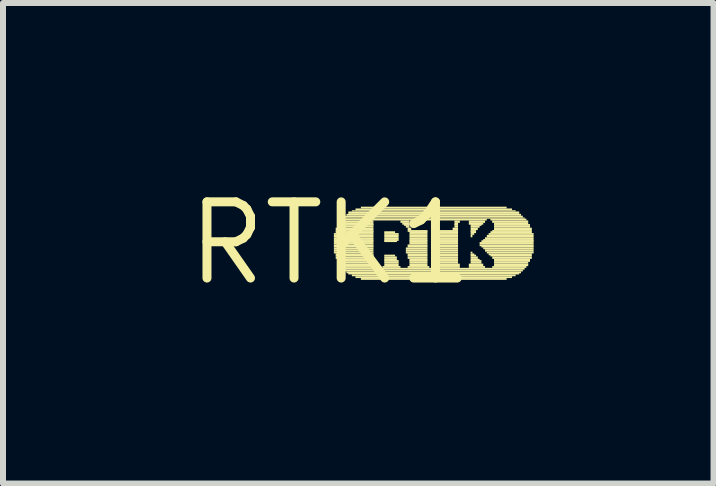
<source format=kicad_pcb>
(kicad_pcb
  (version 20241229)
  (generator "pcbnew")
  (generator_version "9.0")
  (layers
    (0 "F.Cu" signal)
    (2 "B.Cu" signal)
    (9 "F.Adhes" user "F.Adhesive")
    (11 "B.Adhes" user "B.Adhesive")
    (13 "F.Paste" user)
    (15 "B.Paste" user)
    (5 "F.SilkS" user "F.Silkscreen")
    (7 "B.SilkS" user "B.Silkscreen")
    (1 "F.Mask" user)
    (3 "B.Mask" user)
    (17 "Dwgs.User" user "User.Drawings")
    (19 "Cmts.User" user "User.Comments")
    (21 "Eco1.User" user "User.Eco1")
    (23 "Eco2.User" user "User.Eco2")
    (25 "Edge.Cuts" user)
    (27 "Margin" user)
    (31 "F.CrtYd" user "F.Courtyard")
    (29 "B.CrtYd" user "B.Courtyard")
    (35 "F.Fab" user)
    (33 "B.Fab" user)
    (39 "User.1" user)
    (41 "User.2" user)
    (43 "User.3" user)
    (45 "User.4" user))
  (footprint "RTK1"
    (layer "F.Cu")
    (at 2.457 1.006)
    (property "Reference" "RTK1" (at 0 0 0) (layer "F.SilkS") (effects (font (size 1.27 1.27) (thickness 0.15))))
    (attr through_hole)
    (fp_poly (pts (xy 0.06 -0.14) (xy 0.72 -0.14) (xy 0.72 -0.17) (xy 0.06 -0.17)) (stroke (width 0) (type solid)) (fill yes) (layer "F.SilkS"))
    (fp_poly (pts (xy 0.06 -0.1) (xy 0.72 -0.1) (xy 0.72 -0.14) (xy 0.06 -0.14)) (stroke (width 0) (type solid)) (fill yes) (layer "F.SilkS"))
    (fp_poly (pts (xy 0.06 -0.07) (xy 0.72 -0.07) (xy 0.72 -0.1) (xy 0.06 -0.1)) (stroke (width 0) (type solid)) (fill yes) (layer "F.SilkS"))
    (fp_poly (pts (xy 0.06 -0.04) (xy 0.72 -0.04) (xy 0.72 -0.07) (xy 0.06 -0.07)) (stroke (width 0) (type solid)) (fill yes) (layer "F.SilkS"))
    (fp_poly (pts (xy 0.06 -0.02) (xy 0.72 -0.02) (xy 0.72 -0.05) (xy 0.06 -0.05)) (stroke (width 0) (type solid)) (fill yes) (layer "F.SilkS"))
    (fp_poly (pts (xy 0.06 0.02) (xy 0.72 0.02) (xy 0.72 -0.02) (xy 0.06 -0.02)) (stroke (width 0) (type solid)) (fill yes) (layer "F.SilkS"))
    (fp_poly (pts (xy 0.06 0.05) (xy 0.72 0.05) (xy 0.72 0.02) (xy 0.06 0.02)) (stroke (width 0) (type solid)) (fill yes) (layer "F.SilkS"))
    (fp_poly (pts (xy 0.06 0.07) (xy 0.72 0.07) (xy 0.72 0.04) (xy 0.06 0.04)) (stroke (width 0) (type solid)) (fill yes) (layer "F.SilkS"))
    (fp_poly (pts (xy 0.06 0.1) (xy 0.72 0.1) (xy 0.72 0.07) (xy 0.06 0.07)) (stroke (width 0) (type solid)) (fill yes) (layer "F.SilkS"))
    (fp_poly (pts (xy 0.06 0.14) (xy 0.72 0.14) (xy 0.72 0.1) (xy 0.06 0.1)) (stroke (width 0) (type solid)) (fill yes) (layer "F.SilkS"))
    (fp_poly (pts (xy 0.06 0.17) (xy 0.72 0.17) (xy 0.72 0.14) (xy 0.06 0.14)) (stroke (width 0) (type solid)) (fill yes) (layer "F.SilkS"))
    (fp_poly (pts (xy 0.09 -0.22) (xy 0.72 -0.22) (xy 0.72 -0.26) (xy 0.09 -0.26)) (stroke (width 0) (type solid)) (fill yes) (layer "F.SilkS"))
    (fp_poly (pts (xy 0.09 -0.19) (xy 0.72 -0.19) (xy 0.72 -0.22) (xy 0.09 -0.22)) (stroke (width 0) (type solid)) (fill yes) (layer "F.SilkS"))
    (fp_poly (pts (xy 0.09 -0.17) (xy 0.72 -0.17) (xy 0.72 -0.2) (xy 0.09 -0.2)) (stroke (width 0) (type solid)) (fill yes) (layer "F.SilkS"))
    (fp_poly (pts (xy 0.09 0.2) (xy 0.72 0.2) (xy 0.72 0.17) (xy 0.09 0.17)) (stroke (width 0) (type solid)) (fill yes) (layer "F.SilkS"))
    (fp_poly (pts (xy 0.09 0.22) (xy 0.72 0.22) (xy 0.72 0.19) (xy 0.09 0.19)) (stroke (width 0) (type solid)) (fill yes) (layer "F.SilkS"))
    (fp_poly (pts (xy 0.09 0.26) (xy 0.72 0.26) (xy 0.72 0.22) (xy 0.09 0.22)) (stroke (width 0) (type solid)) (fill yes) (layer "F.SilkS"))
    (fp_poly (pts (xy 0.12 -0.29) (xy 0.72 -0.29) (xy 0.72 -0.32) (xy 0.12 -0.32)) (stroke (width 0) (type solid)) (fill yes) (layer "F.SilkS"))
    (fp_poly (pts (xy 0.12 -0.26) (xy 0.72 -0.26) (xy 0.72 -0.29) (xy 0.12 -0.29)) (stroke (width 0) (type solid)) (fill yes) (layer "F.SilkS"))
    (fp_poly (pts (xy 0.12 0.29) (xy 0.72 0.29) (xy 0.72 0.26) (xy 0.12 0.26)) (stroke (width 0) (type solid)) (fill yes) (layer "F.SilkS"))
    (fp_poly (pts (xy 0.12 0.31) (xy 0.72 0.31) (xy 0.72 0.28) (xy 0.12 0.28)) (stroke (width 0) (type solid)) (fill yes) (layer "F.SilkS"))
    (fp_poly (pts (xy 0.15 -0.34) (xy 0.72 -0.34) (xy 0.72 -0.38) (xy 0.15 -0.38)) (stroke (width 0) (type solid)) (fill yes) (layer "F.SilkS"))
    (fp_poly (pts (xy 0.15 -0.31) (xy 0.72 -0.31) (xy 0.72 -0.34) (xy 0.15 -0.34)) (stroke (width 0) (type solid)) (fill yes) (layer "F.SilkS"))
    (fp_poly (pts (xy 0.15 0.34) (xy 0.72 0.34) (xy 0.72 0.31) (xy 0.15 0.31)) (stroke (width 0) (type solid)) (fill yes) (layer "F.SilkS"))
    (fp_poly (pts (xy 0.15 0.38) (xy 0.72 0.38) (xy 0.72 0.34) (xy 0.15 0.34)) (stroke (width 0) (type solid)) (fill yes) (layer "F.SilkS"))
    (fp_poly (pts (xy 0.18 -0.38) (xy 2.61 -0.38) (xy 2.61 -0.41) (xy 0.18 -0.41)) (stroke (width 0) (type solid)) (fill yes) (layer "F.SilkS"))
    (fp_poly (pts (xy 0.18 0.41) (xy 0.75 0.41) (xy 0.75 0.38) (xy 0.18 0.38)) (stroke (width 0) (type solid)) (fill yes) (layer "F.SilkS"))
    (fp_poly (pts (xy 0.21 -0.41) (xy 3.24 -0.41) (xy 3.24 -0.43) (xy 0.21 -0.43)) (stroke (width 0) (type solid)) (fill yes) (layer "F.SilkS"))
    (fp_poly (pts (xy 0.21 0.44) (xy 3.24 0.44) (xy 3.24 0.41) (xy 0.21 0.41)) (stroke (width 0) (type solid)) (fill yes) (layer "F.SilkS"))
    (fp_poly (pts (xy 0.24 -0.43) (xy 3.21 -0.43) (xy 3.21 -0.46) (xy 0.24 -0.46)) (stroke (width 0) (type solid)) (fill yes) (layer "F.SilkS"))
    (fp_poly (pts (xy 0.24 0.47) (xy 3.21 0.47) (xy 3.21 0.44) (xy 0.24 0.44)) (stroke (width 0) (type solid)) (fill yes) (layer "F.SilkS"))
    (fp_poly (pts (xy 0.27 -0.46) (xy 3.18 -0.46) (xy 3.18 -0.49) (xy 0.27 -0.49)) (stroke (width 0) (type solid)) (fill yes) (layer "F.SilkS"))
    (fp_poly (pts (xy 0.27 0.5) (xy 3.18 0.5) (xy 3.18 0.47) (xy 0.27 0.47)) (stroke (width 0) (type solid)) (fill yes) (layer "F.SilkS"))
    (fp_poly (pts (xy 0.3 -0.49) (xy 3.15 -0.49) (xy 3.15 -0.53) (xy 0.3 -0.53)) (stroke (width 0) (type solid)) (fill yes) (layer "F.SilkS"))
    (fp_poly (pts (xy 0.3 0.52) (xy 3.15 0.52) (xy 3.15 0.49) (xy 0.3 0.49)) (stroke (width 0) (type solid)) (fill yes) (layer "F.SilkS"))
    (fp_poly (pts (xy 0.36 -0.53) (xy 3.09 -0.53) (xy 3.09 -0.55) (xy 0.36 -0.55)) (stroke (width 0) (type solid)) (fill yes) (layer "F.SilkS"))
    (fp_poly (pts (xy 0.36 0.55) (xy 3.09 0.55) (xy 3.09 0.52) (xy 0.36 0.52)) (stroke (width 0) (type solid)) (fill yes) (layer "F.SilkS"))
    (fp_poly (pts (xy 0.42 -0.55) (xy 3.03 -0.55) (xy 3.03 -0.58) (xy 0.42 -0.58)) (stroke (width 0) (type solid)) (fill yes) (layer "F.SilkS"))
    (fp_poly (pts (xy 0.42 0.58) (xy 3.03 0.58) (xy 3.03 0.55) (xy 0.42 0.55)) (stroke (width 0) (type solid)) (fill yes) (layer "F.SilkS"))
    (fp_poly (pts (xy 0.51 -0.58) (xy 2.94 -0.58) (xy 2.94 -0.61) (xy 0.51 -0.61)) (stroke (width 0) (type solid)) (fill yes) (layer "F.SilkS"))
    (fp_poly (pts (xy 0.51 0.61) (xy 2.94 0.61) (xy 2.94 0.58) (xy 0.51 0.58)) (stroke (width 0) (type solid)) (fill yes) (layer "F.SilkS"))
    (fp_poly (pts (xy 0.87 0.41) (xy 1.17 0.41) (xy 1.17 0.38) (xy 0.87 0.38)) (stroke (width 0) (type solid)) (fill yes) (layer "F.SilkS"))
    (fp_poly (pts (xy 0.9 -0.17) (xy 1.08 -0.17) (xy 1.08 -0.2) (xy 0.9 -0.2)) (stroke (width 0) (type solid)) (fill yes) (layer "F.SilkS"))
    (fp_poly (pts (xy 0.9 -0.14) (xy 1.14 -0.14) (xy 1.14 -0.17) (xy 0.9 -0.17)) (stroke (width 0) (type solid)) (fill yes) (layer "F.SilkS"))
    (fp_poly (pts (xy 0.9 -0.1) (xy 1.14 -0.1) (xy 1.14 -0.14) (xy 0.9 -0.14)) (stroke (width 0) (type solid)) (fill yes) (layer "F.SilkS"))
    (fp_poly (pts (xy 0.9 -0.07) (xy 1.14 -0.07) (xy 1.14 -0.1) (xy 0.9 -0.1)) (stroke (width 0) (type solid)) (fill yes) (layer "F.SilkS"))
    (fp_poly (pts (xy 0.9 -0.04) (xy 1.14 -0.04) (xy 1.14 -0.07) (xy 0.9 -0.07)) (stroke (width 0) (type solid)) (fill yes) (layer "F.SilkS"))
    (fp_poly (pts (xy 0.9 -0.02) (xy 1.11 -0.02) (xy 1.11 -0.05) (xy 0.9 -0.05)) (stroke (width 0) (type solid)) (fill yes) (layer "F.SilkS"))
    (fp_poly (pts (xy 0.9 0.22) (xy 1.08 0.22) (xy 1.08 0.19) (xy 0.9 0.19)) (stroke (width 0) (type solid)) (fill yes) (layer "F.SilkS"))
    (fp_poly (pts (xy 0.9 0.26) (xy 1.11 0.26) (xy 1.11 0.22) (xy 0.9 0.22)) (stroke (width 0) (type solid)) (fill yes) (layer "F.SilkS"))
    (fp_poly (pts (xy 0.9 0.29) (xy 1.11 0.29) (xy 1.11 0.26) (xy 0.9 0.26)) (stroke (width 0) (type solid)) (fill yes) (layer "F.SilkS"))
    (fp_poly (pts (xy 0.9 0.31) (xy 1.14 0.31) (xy 1.14 0.28) (xy 0.9 0.28)) (stroke (width 0) (type solid)) (fill yes) (layer "F.SilkS"))
    (fp_poly (pts (xy 0.9 0.34) (xy 1.14 0.34) (xy 1.14 0.31) (xy 0.9 0.31)) (stroke (width 0) (type solid)) (fill yes) (layer "F.SilkS"))
    (fp_poly (pts (xy 0.9 0.38) (xy 1.14 0.38) (xy 1.14 0.34) (xy 0.9 0.34)) (stroke (width 0) (type solid)) (fill yes) (layer "F.SilkS"))
    (fp_poly (pts (xy 1.17 -0.34) (xy 1.32 -0.34) (xy 1.32 -0.38) (xy 1.17 -0.38)) (stroke (width 0) (type solid)) (fill yes) (layer "F.SilkS"))
    (fp_poly (pts (xy 1.2 -0.31) (xy 1.32 -0.31) (xy 1.32 -0.34) (xy 1.2 -0.34)) (stroke (width 0) (type solid)) (fill yes) (layer "F.SilkS"))
    (fp_poly (pts (xy 1.23 -0.29) (xy 1.32 -0.29) (xy 1.32 -0.32) (xy 1.23 -0.32)) (stroke (width 0) (type solid)) (fill yes) (layer "F.SilkS"))
    (fp_poly (pts (xy 1.26 -0.26) (xy 1.32 -0.26) (xy 1.32 -0.29) (xy 1.26 -0.29)) (stroke (width 0) (type solid)) (fill yes) (layer "F.SilkS"))
    (fp_poly (pts (xy 1.26 0.1) (xy 1.62 0.1) (xy 1.62 0.07) (xy 1.26 0.07)) (stroke (width 0) (type solid)) (fill yes) (layer "F.SilkS"))
    (fp_poly (pts (xy 1.26 0.14) (xy 1.62 0.14) (xy 1.62 0.1) (xy 1.26 0.1)) (stroke (width 0) (type solid)) (fill yes) (layer "F.SilkS"))
    (fp_poly (pts (xy 1.26 0.17) (xy 1.62 0.17) (xy 1.62 0.14) (xy 1.26 0.14)) (stroke (width 0) (type solid)) (fill yes) (layer "F.SilkS"))
    (fp_poly (pts (xy 1.29 -0.22) (xy 1.35 -0.22) (xy 1.35 -0.26) (xy 1.29 -0.26)) (stroke (width 0) (type solid)) (fill yes) (layer "F.SilkS"))
    (fp_poly (pts (xy 1.29 -0.19) (xy 1.62 -0.19) (xy 1.62 -0.22) (xy 1.29 -0.22)) (stroke (width 0) (type solid)) (fill yes) (layer "F.SilkS"))
    (fp_poly (pts (xy 1.29 0.05) (xy 1.62 0.05) (xy 1.62 0.02) (xy 1.29 0.02)) (stroke (width 0) (type solid)) (fill yes) (layer "F.SilkS"))
    (fp_poly (pts (xy 1.29 0.07) (xy 1.62 0.07) (xy 1.62 0.04) (xy 1.29 0.04)) (stroke (width 0) (type solid)) (fill yes) (layer "F.SilkS"))
    (fp_poly (pts (xy 1.29 0.2) (xy 1.62 0.2) (xy 1.62 0.17) (xy 1.29 0.17)) (stroke (width 0) (type solid)) (fill yes) (layer "F.SilkS"))
    (fp_poly (pts (xy 1.29 0.22) (xy 1.62 0.22) (xy 1.62 0.19) (xy 1.29 0.19)) (stroke (width 0) (type solid)) (fill yes) (layer "F.SilkS"))
    (fp_poly (pts (xy 1.29 0.26) (xy 1.62 0.26) (xy 1.62 0.22) (xy 1.29 0.22)) (stroke (width 0) (type solid)) (fill yes) (layer "F.SilkS"))
    (fp_poly (pts (xy 1.29 0.41) (xy 1.65 0.41) (xy 1.65 0.38) (xy 1.29 0.38)) (stroke (width 0) (type solid)) (fill yes) (layer "F.SilkS"))
    (fp_poly (pts (xy 1.32 -0.17) (xy 1.62 -0.17) (xy 1.62 -0.2) (xy 1.32 -0.2)) (stroke (width 0) (type solid)) (fill yes) (layer "F.SilkS"))
    (fp_poly (pts (xy 1.32 -0.14) (xy 1.62 -0.14) (xy 1.62 -0.17) (xy 1.32 -0.17)) (stroke (width 0) (type solid)) (fill yes) (layer "F.SilkS"))
    (fp_poly (pts (xy 1.32 -0.1) (xy 1.62 -0.1) (xy 1.62 -0.14) (xy 1.32 -0.14)) (stroke (width 0) (type solid)) (fill yes) (layer "F.SilkS"))
    (fp_poly (pts (xy 1.32 -0.07) (xy 1.62 -0.07) (xy 1.62 -0.1) (xy 1.32 -0.1)) (stroke (width 0) (type solid)) (fill yes) (layer "F.SilkS"))
    (fp_poly (pts (xy 1.32 -0.04) (xy 1.62 -0.04) (xy 1.62 -0.07) (xy 1.32 -0.07)) (stroke (width 0) (type solid)) (fill yes) (layer "F.SilkS"))
    (fp_poly (pts (xy 1.32 -0.02) (xy 1.62 -0.02) (xy 1.62 -0.05) (xy 1.32 -0.05)) (stroke (width 0) (type solid)) (fill yes) (layer "F.SilkS"))
    (fp_poly (pts (xy 1.32 0.02) (xy 1.62 0.02) (xy 1.62 -0.02) (xy 1.32 -0.02)) (stroke (width 0) (type solid)) (fill yes) (layer "F.SilkS"))
    (fp_poly (pts (xy 1.32 0.29) (xy 1.62 0.29) (xy 1.62 0.26) (xy 1.32 0.26)) (stroke (width 0) (type solid)) (fill yes) (layer "F.SilkS"))
    (fp_poly (pts (xy 1.32 0.31) (xy 1.62 0.31) (xy 1.62 0.28) (xy 1.32 0.28)) (stroke (width 0) (type solid)) (fill yes) (layer "F.SilkS"))
    (fp_poly (pts (xy 1.32 0.34) (xy 1.62 0.34) (xy 1.62 0.31) (xy 1.32 0.31)) (stroke (width 0) (type solid)) (fill yes) (layer "F.SilkS"))
    (fp_poly (pts (xy 1.32 0.38) (xy 1.62 0.38) (xy 1.62 0.34) (xy 1.32 0.34)) (stroke (width 0) (type solid)) (fill yes) (layer "F.SilkS"))
    (fp_poly (pts (xy 1.77 0.41) (xy 2.16 0.41) (xy 2.16 0.38) (xy 1.77 0.38)) (stroke (width 0) (type solid)) (fill yes) (layer "F.SilkS"))
    (fp_poly (pts (xy 1.8 -0.19) (xy 2.13 -0.19) (xy 2.13 -0.22) (xy 1.8 -0.22)) (stroke (width 0) (type solid)) (fill yes) (layer "F.SilkS"))
    (fp_poly (pts (xy 1.8 -0.17) (xy 2.13 -0.17) (xy 2.13 -0.2) (xy 1.8 -0.2)) (stroke (width 0) (type solid)) (fill yes) (layer "F.SilkS"))
    (fp_poly (pts (xy 1.8 -0.14) (xy 2.13 -0.14) (xy 2.13 -0.17) (xy 1.8 -0.17)) (stroke (width 0) (type solid)) (fill yes) (layer "F.SilkS"))
    (fp_poly (pts (xy 1.8 -0.1) (xy 2.13 -0.1) (xy 2.13 -0.14) (xy 1.8 -0.14)) (stroke (width 0) (type solid)) (fill yes) (layer "F.SilkS"))
    (fp_poly (pts (xy 1.8 -0.07) (xy 2.13 -0.07) (xy 2.13 -0.1) (xy 1.8 -0.1)) (stroke (width 0) (type solid)) (fill yes) (layer "F.SilkS"))
    (fp_poly (pts (xy 1.8 -0.04) (xy 2.13 -0.04) (xy 2.13 -0.07) (xy 1.8 -0.07)) (stroke (width 0) (type solid)) (fill yes) (layer "F.SilkS"))
    (fp_poly (pts (xy 1.8 -0.02) (xy 2.13 -0.02) (xy 2.13 -0.05) (xy 1.8 -0.05)) (stroke (width 0) (type solid)) (fill yes) (layer "F.SilkS"))
    (fp_poly (pts (xy 1.8 0.02) (xy 2.13 0.02) (xy 2.13 -0.02) (xy 1.8 -0.02)) (stroke (width 0) (type solid)) (fill yes) (layer "F.SilkS"))
    (fp_poly (pts (xy 1.8 0.05) (xy 2.13 0.05) (xy 2.13 0.02) (xy 1.8 0.02)) (stroke (width 0) (type solid)) (fill yes) (layer "F.SilkS"))
    (fp_poly (pts (xy 1.8 0.07) (xy 2.13 0.07) (xy 2.13 0.04) (xy 1.8 0.04)) (stroke (width 0) (type solid)) (fill yes) (layer "F.SilkS"))
    (fp_poly (pts (xy 1.8 0.1) (xy 2.13 0.1) (xy 2.13 0.07) (xy 1.8 0.07)) (stroke (width 0) (type solid)) (fill yes) (layer "F.SilkS"))
    (fp_poly (pts (xy 1.8 0.14) (xy 2.13 0.14) (xy 2.13 0.1) (xy 1.8 0.1)) (stroke (width 0) (type solid)) (fill yes) (layer "F.SilkS"))
    (fp_poly (pts (xy 1.8 0.17) (xy 2.13 0.17) (xy 2.13 0.14) (xy 1.8 0.14)) (stroke (width 0) (type solid)) (fill yes) (layer "F.SilkS"))
    (fp_poly (pts (xy 1.8 0.2) (xy 2.13 0.2) (xy 2.13 0.17) (xy 1.8 0.17)) (stroke (width 0) (type solid)) (fill yes) (layer "F.SilkS"))
    (fp_poly (pts (xy 1.8 0.22) (xy 2.13 0.22) (xy 2.13 0.19) (xy 1.8 0.19)) (stroke (width 0) (type solid)) (fill yes) (layer "F.SilkS"))
    (fp_poly (pts (xy 1.8 0.26) (xy 2.13 0.26) (xy 2.13 0.22) (xy 1.8 0.22)) (stroke (width 0) (type solid)) (fill yes) (layer "F.SilkS"))
    (fp_poly (pts (xy 1.8 0.29) (xy 2.13 0.29) (xy 2.13 0.26) (xy 1.8 0.26)) (stroke (width 0) (type solid)) (fill yes) (layer "F.SilkS"))
    (fp_poly (pts (xy 1.8 0.31) (xy 2.13 0.31) (xy 2.13 0.28) (xy 1.8 0.28)) (stroke (width 0) (type solid)) (fill yes) (layer "F.SilkS"))
    (fp_poly (pts (xy 1.8 0.34) (xy 2.13 0.34) (xy 2.13 0.31) (xy 1.8 0.31)) (stroke (width 0) (type solid)) (fill yes) (layer "F.SilkS"))
    (fp_poly (pts (xy 1.8 0.38) (xy 2.16 0.38) (xy 2.16 0.34) (xy 1.8 0.34)) (stroke (width 0) (type solid)) (fill yes) (layer "F.SilkS"))
    (fp_poly (pts (xy 2.04 -0.22) (xy 2.13 -0.22) (xy 2.13 -0.26) (xy 2.04 -0.26)) (stroke (width 0) (type solid)) (fill yes) (layer "F.SilkS"))
    (fp_poly (pts (xy 2.07 -0.34) (xy 2.16 -0.34) (xy 2.16 -0.38) (xy 2.07 -0.38)) (stroke (width 0) (type solid)) (fill yes) (layer "F.SilkS"))
    (fp_poly (pts (xy 2.07 -0.31) (xy 2.13 -0.31) (xy 2.13 -0.34) (xy 2.07 -0.34)) (stroke (width 0) (type solid)) (fill yes) (layer "F.SilkS"))
    (fp_poly (pts (xy 2.07 -0.29) (xy 2.13 -0.29) (xy 2.13 -0.32) (xy 2.07 -0.32)) (stroke (width 0) (type solid)) (fill yes) (layer "F.SilkS"))
    (fp_poly (pts (xy 2.07 -0.26) (xy 2.13 -0.26) (xy 2.13 -0.29) (xy 2.07 -0.29)) (stroke (width 0) (type solid)) (fill yes) (layer "F.SilkS"))
    (fp_poly (pts (xy 2.31 -0.34) (xy 2.58 -0.34) (xy 2.58 -0.38) (xy 2.31 -0.38)) (stroke (width 0) (type solid)) (fill yes) (layer "F.SilkS"))
    (fp_poly (pts (xy 2.31 -0.31) (xy 2.55 -0.31) (xy 2.55 -0.34) (xy 2.31 -0.34)) (stroke (width 0) (type solid)) (fill yes) (layer "F.SilkS"))
    (fp_poly (pts (xy 2.31 0.38) (xy 2.55 0.38) (xy 2.55 0.34) (xy 2.31 0.34)) (stroke (width 0) (type solid)) (fill yes) (layer "F.SilkS"))
    (fp_poly (pts (xy 2.31 0.41) (xy 2.58 0.41) (xy 2.58 0.38) (xy 2.31 0.38)) (stroke (width 0) (type solid)) (fill yes) (layer "F.SilkS"))
    (fp_poly (pts (xy 2.34 -0.29) (xy 2.52 -0.29) (xy 2.52 -0.32) (xy 2.34 -0.32)) (stroke (width 0) (type solid)) (fill yes) (layer "F.SilkS"))
    (fp_poly (pts (xy 2.34 -0.26) (xy 2.49 -0.26) (xy 2.49 -0.29) (xy 2.34 -0.29)) (stroke (width 0) (type solid)) (fill yes) (layer "F.SilkS"))
    (fp_poly (pts (xy 2.34 -0.22) (xy 2.46 -0.22) (xy 2.46 -0.26) (xy 2.34 -0.26)) (stroke (width 0) (type solid)) (fill yes) (layer "F.SilkS"))
    (fp_poly (pts (xy 2.34 -0.19) (xy 2.43 -0.19) (xy 2.43 -0.22) (xy 2.34 -0.22)) (stroke (width 0) (type solid)) (fill yes) (layer "F.SilkS"))
    (fp_poly (pts (xy 2.34 -0.17) (xy 2.43 -0.17) (xy 2.43 -0.2) (xy 2.34 -0.2)) (stroke (width 0) (type solid)) (fill yes) (layer "F.SilkS"))
    (fp_poly (pts (xy 2.34 -0.14) (xy 2.4 -0.14) (xy 2.4 -0.17) (xy 2.34 -0.17)) (stroke (width 0) (type solid)) (fill yes) (layer "F.SilkS"))
    (fp_poly (pts (xy 2.34 -0.1) (xy 2.37 -0.1) (xy 2.37 -0.14) (xy 2.34 -0.14)) (stroke (width 0) (type solid)) (fill yes) (layer "F.SilkS"))
    (fp_poly (pts (xy 2.34 0.17) (xy 2.37 0.17) (xy 2.37 0.14) (xy 2.34 0.14)) (stroke (width 0) (type solid)) (fill yes) (layer "F.SilkS"))
    (fp_poly (pts (xy 2.34 0.2) (xy 2.4 0.2) (xy 2.4 0.17) (xy 2.34 0.17)) (stroke (width 0) (type solid)) (fill yes) (layer "F.SilkS"))
    (fp_poly (pts (xy 2.34 0.22) (xy 2.43 0.22) (xy 2.43 0.19) (xy 2.34 0.19)) (stroke (width 0) (type solid)) (fill yes) (layer "F.SilkS"))
    (fp_poly (pts (xy 2.34 0.26) (xy 2.46 0.26) (xy 2.46 0.22) (xy 2.34 0.22)) (stroke (width 0) (type solid)) (fill yes) (layer "F.SilkS"))
    (fp_poly (pts (xy 2.34 0.29) (xy 2.49 0.29) (xy 2.49 0.26) (xy 2.34 0.26)) (stroke (width 0) (type solid)) (fill yes) (layer "F.SilkS"))
    (fp_poly (pts (xy 2.34 0.31) (xy 2.52 0.31) (xy 2.52 0.28) (xy 2.34 0.28)) (stroke (width 0) (type solid)) (fill yes) (layer "F.SilkS"))
    (fp_poly (pts (xy 2.34 0.34) (xy 2.52 0.34) (xy 2.52 0.31) (xy 2.34 0.31)) (stroke (width 0) (type solid)) (fill yes) (layer "F.SilkS"))
    (fp_poly (pts (xy 2.49 0.02) (xy 3.39 0.02) (xy 3.39 -0.02) (xy 2.49 -0.02)) (stroke (width 0) (type solid)) (fill yes) (layer "F.SilkS"))
    (fp_poly (pts (xy 2.49 0.05) (xy 3.39 0.05) (xy 3.39 0.02) (xy 2.49 0.02)) (stroke (width 0) (type solid)) (fill yes) (layer "F.SilkS"))
    (fp_poly (pts (xy 2.52 -0.02) (xy 3.39 -0.02) (xy 3.39 -0.05) (xy 2.52 -0.05)) (stroke (width 0) (type solid)) (fill yes) (layer "F.SilkS"))
    (fp_poly (pts (xy 2.52 0.07) (xy 3.39 0.07) (xy 3.39 0.04) (xy 2.52 0.04)) (stroke (width 0) (type solid)) (fill yes) (layer "F.SilkS"))
    (fp_poly (pts (xy 2.55 -0.04) (xy 3.39 -0.04) (xy 3.39 -0.07) (xy 2.55 -0.07)) (stroke (width 0) (type solid)) (fill yes) (layer "F.SilkS"))
    (fp_poly (pts (xy 2.55 0.1) (xy 3.39 0.1) (xy 3.39 0.07) (xy 2.55 0.07)) (stroke (width 0) (type solid)) (fill yes) (layer "F.SilkS"))
    (fp_poly (pts (xy 2.58 -0.07) (xy 3.39 -0.07) (xy 3.39 -0.1) (xy 2.58 -0.1)) (stroke (width 0) (type solid)) (fill yes) (layer "F.SilkS"))
    (fp_poly (pts (xy 2.58 0.14) (xy 3.39 0.14) (xy 3.39 0.1) (xy 2.58 0.1)) (stroke (width 0) (type solid)) (fill yes) (layer "F.SilkS"))
    (fp_poly (pts (xy 2.61 -0.1) (xy 3.39 -0.1) (xy 3.39 -0.14) (xy 2.61 -0.14)) (stroke (width 0) (type solid)) (fill yes) (layer "F.SilkS"))
    (fp_poly (pts (xy 2.61 0.17) (xy 3.39 0.17) (xy 3.39 0.14) (xy 2.61 0.14)) (stroke (width 0) (type solid)) (fill yes) (layer "F.SilkS"))
    (fp_poly (pts (xy 2.64 -0.14) (xy 3.39 -0.14) (xy 3.39 -0.17) (xy 2.64 -0.17)) (stroke (width 0) (type solid)) (fill yes) (layer "F.SilkS"))
    (fp_poly (pts (xy 2.64 0.2) (xy 3.36 0.2) (xy 3.36 0.17) (xy 2.64 0.17)) (stroke (width 0) (type solid)) (fill yes) (layer "F.SilkS"))
    (fp_poly (pts (xy 2.67 -0.38) (xy 3.27 -0.38) (xy 3.27 -0.41) (xy 2.67 -0.41)) (stroke (width 0) (type solid)) (fill yes) (layer "F.SilkS"))
    (fp_poly (pts (xy 2.67 -0.17) (xy 3.36 -0.17) (xy 3.36 -0.2) (xy 2.67 -0.2)) (stroke (width 0) (type solid)) (fill yes) (layer "F.SilkS"))
    (fp_poly (pts (xy 2.67 0.22) (xy 3.36 0.22) (xy 3.36 0.19) (xy 2.67 0.19)) (stroke (width 0) (type solid)) (fill yes) (layer "F.SilkS"))
    (fp_poly (pts (xy 2.7 -0.34) (xy 3.3 -0.34) (xy 3.3 -0.38) (xy 2.7 -0.38)) (stroke (width 0) (type solid)) (fill yes) (layer "F.SilkS"))
    (fp_poly (pts (xy 2.7 -0.19) (xy 3.36 -0.19) (xy 3.36 -0.22) (xy 2.7 -0.22)) (stroke (width 0) (type solid)) (fill yes) (layer "F.SilkS"))
    (fp_poly (pts (xy 2.7 0.26) (xy 3.36 0.26) (xy 3.36 0.22) (xy 2.7 0.22)) (stroke (width 0) (type solid)) (fill yes) (layer "F.SilkS"))
    (fp_poly (pts (xy 2.7 0.41) (xy 3.27 0.41) (xy 3.27 0.38) (xy 2.7 0.38)) (stroke (width 0) (type solid)) (fill yes) (layer "F.SilkS"))
    (fp_poly (pts (xy 2.73 -0.31) (xy 3.3 -0.31) (xy 3.3 -0.34) (xy 2.73 -0.34)) (stroke (width 0) (type solid)) (fill yes) (layer "F.SilkS"))
    (fp_poly (pts (xy 2.73 -0.29) (xy 3.33 -0.29) (xy 3.33 -0.32) (xy 2.73 -0.32)) (stroke (width 0) (type solid)) (fill yes) (layer "F.SilkS"))
    (fp_poly (pts (xy 2.73 -0.26) (xy 3.33 -0.26) (xy 3.33 -0.29) (xy 2.73 -0.29)) (stroke (width 0) (type solid)) (fill yes) (layer "F.SilkS"))
    (fp_poly (pts (xy 2.73 -0.22) (xy 3.36 -0.22) (xy 3.36 -0.26) (xy 2.73 -0.26)) (stroke (width 0) (type solid)) (fill yes) (layer "F.SilkS"))
    (fp_poly (pts (xy 2.73 0.29) (xy 3.33 0.29) (xy 3.33 0.26) (xy 2.73 0.26)) (stroke (width 0) (type solid)) (fill yes) (layer "F.SilkS"))
    (fp_poly (pts (xy 2.73 0.31) (xy 3.33 0.31) (xy 3.33 0.28) (xy 2.73 0.28)) (stroke (width 0) (type solid)) (fill yes) (layer "F.SilkS"))
    (fp_poly (pts (xy 2.73 0.34) (xy 3.3 0.34) (xy 3.3 0.31) (xy 2.73 0.31)) (stroke (width 0) (type solid)) (fill yes) (layer "F.SilkS"))
    (fp_poly (pts (xy 2.73 0.38) (xy 3.3 0.38) (xy 3.3 0.34) (xy 2.73 0.34)) (stroke (width 0) (type solid)) (fill yes) (layer "F.SilkS")))
  (gr_rect
    (start -3 -3)
    (end 8.847 5.012)
    (stroke (width 0.1) (type default))
    (fill no)
    (layer "Edge.Cuts")))
</source>
